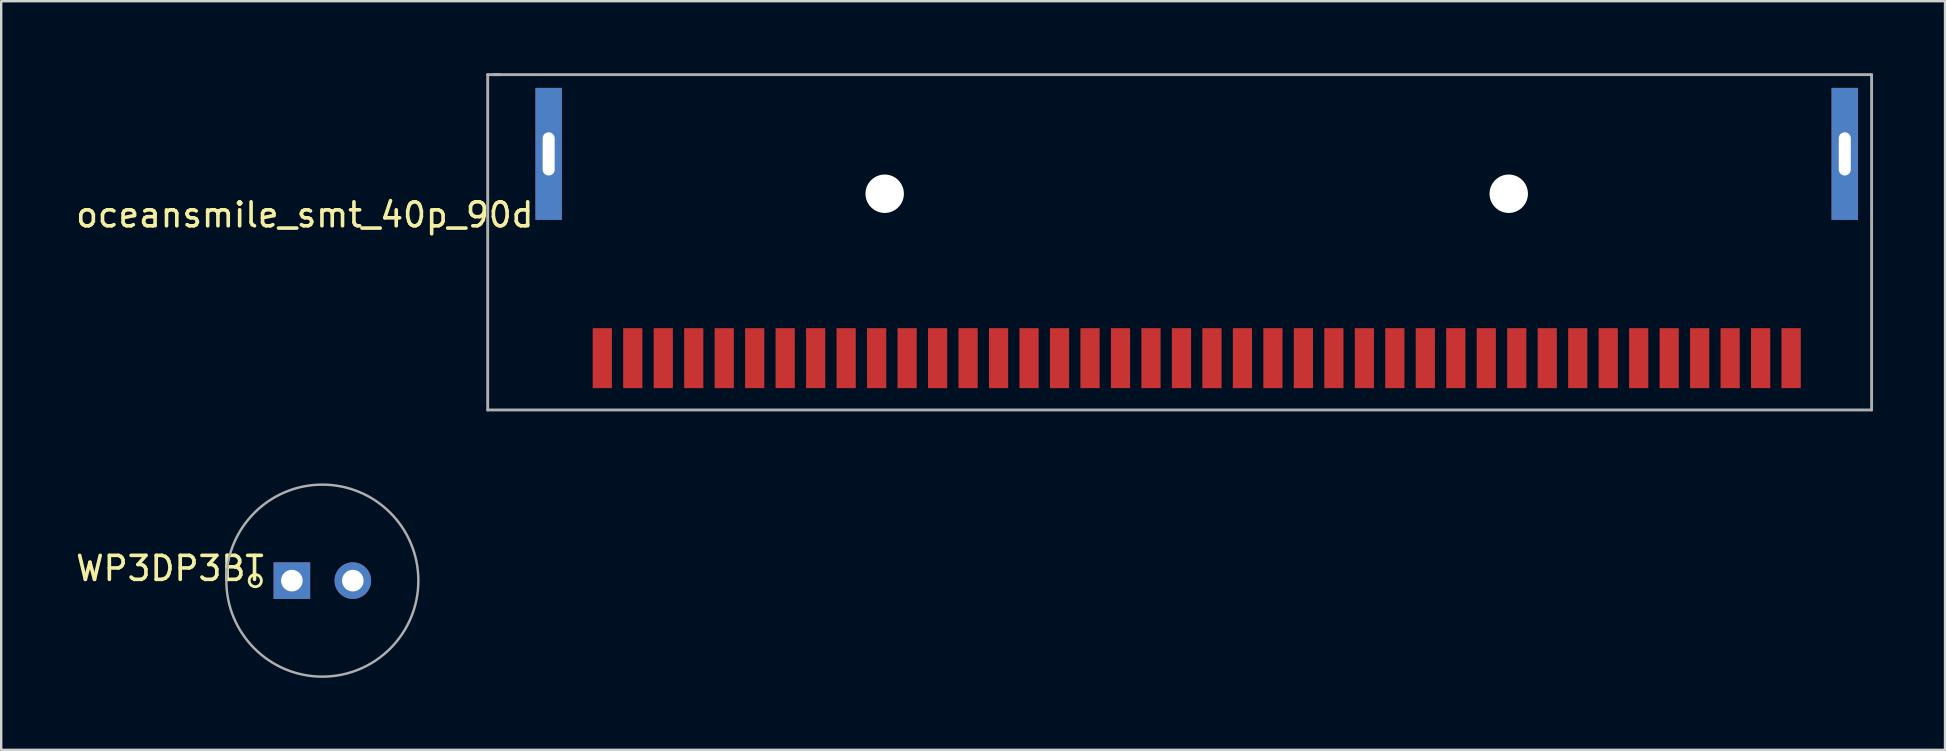
<source format=kicad_pcb>
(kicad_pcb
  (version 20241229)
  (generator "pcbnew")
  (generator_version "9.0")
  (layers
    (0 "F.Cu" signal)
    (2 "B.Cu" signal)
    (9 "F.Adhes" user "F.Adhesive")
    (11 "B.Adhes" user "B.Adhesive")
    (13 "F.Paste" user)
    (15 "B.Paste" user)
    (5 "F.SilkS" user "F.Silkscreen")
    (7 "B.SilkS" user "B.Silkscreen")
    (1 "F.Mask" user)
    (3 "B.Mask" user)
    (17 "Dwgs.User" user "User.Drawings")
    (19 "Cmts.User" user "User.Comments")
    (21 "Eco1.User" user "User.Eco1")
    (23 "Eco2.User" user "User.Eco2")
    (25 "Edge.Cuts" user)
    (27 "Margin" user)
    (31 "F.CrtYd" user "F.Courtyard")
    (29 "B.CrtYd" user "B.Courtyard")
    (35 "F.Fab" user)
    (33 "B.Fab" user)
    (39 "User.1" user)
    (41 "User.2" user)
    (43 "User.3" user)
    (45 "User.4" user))
  (footprint "WP3DP3BT"
    (layer "F.Cu")
    (at 9.11 21.141)
    (property "Reference" "WP3DP3BT" (at -5.08 -0.508 0) (layer "F.SilkS") (effects (font (size 1 1) (thickness 0.15))))
    (attr through_hole)
    (fp_circle (center -1.524 0) (end -1.27 0) (stroke (width 0.12) (type solid)) (fill no) (layer "F.SilkS"))
    (fp_circle (center 1.27 0) (end 5.27 0) (stroke (width 0.102) (type solid)) (fill no) (layer "F.Fab"))
    (pad "1" thru_hole rect (at 0 0) (size 1.524 1.524) (drill 0.9) (layers "*.Cu" "*.Mask"))
    (pad "2" thru_hole circle (at 2.54 0) (size 1.524 1.524) (drill 0.9) (layers "*.Cu" "*.Mask")))
  (footprint "oceansmile_smt_40p_90d"
    (layer "F.Cu")
    (at 19.809 3.362)
    (property "Reference" "oceansmile_smt_40p_90d" (at -10.16 2.54 0) (layer "F.SilkS") (effects (font (size 1 1) (thickness 0.15))))
    (attr through_hole)
    (fp_line (start -2.54 -3.302) (end -2.032 -3.302) (stroke (width 0.12) (type solid)) (layer "F.Fab"))
    (fp_line (start -2.54 10.668) (end -2.54 -3.302) (stroke (width 0.12) (type solid)) (layer "F.Fab"))
    (fp_line (start -2.286 -3.302) (end 55.118 -3.302) (stroke (width 0.12) (type solid)) (layer "F.Fab"))
    (fp_line (start 55.118 -3.302) (end 55.118 10.668) (stroke (width 0.12) (type solid)) (layer "F.Fab"))
    (fp_line (start 55.118 10.668) (end -2.54 10.668) (stroke (width 0.12) (type solid)) (layer "F.Fab"))
    (pad "" thru_hole rect (at 0 0) (size 1.1 5.5) (drill oval 0.5 1.8) (layers "*.Cu" "*.Mask"))
    (pad "" np_thru_hole circle (at 14 1.66) (size 1.6 1.6) (drill 1.6) (layers "*.Cu" "*.Mask"))
    (pad "" np_thru_hole circle (at 40 1.66) (size 1.6 1.6) (drill 1.6) (layers "*.Cu" "*.Mask"))
    (pad "" thru_hole rect (at 54 0) (size 1.1 5.5) (drill oval 0.5 1.8) (layers "*.Cu" "*.Mask"))
    (pad "1" smd rect (at 2.235 8.51) (size 0.8 2.5) (layers "F.Cu" "F.Mask" "F.Paste"))
    (pad "2" smd rect (at 3.505 8.51) (size 0.8 2.5) (layers "F.Cu" "F.Mask" "F.Paste"))
    (pad "3" smd rect (at 4.775 8.51) (size 0.8 2.5) (layers "F.Cu" "F.Mask" "F.Paste"))
    (pad "4" smd rect (at 6.045 8.51) (size 0.8 2.5) (layers "F.Cu" "F.Mask" "F.Paste"))
    (pad "5" smd rect (at 7.315 8.51) (size 0.8 2.5) (layers "F.Cu" "F.Mask" "F.Paste"))
    (pad "6" smd rect (at 8.585 8.51) (size 0.8 2.5) (layers "F.Cu" "F.Mask" "F.Paste"))
    (pad "7" smd rect (at 9.855 8.51) (size 0.8 2.5) (layers "F.Cu" "F.Mask" "F.Paste"))
    (pad "8" smd rect (at 11.125 8.51) (size 0.8 2.5) (layers "F.Cu" "F.Mask" "F.Paste"))
    (pad "9" smd rect (at 12.395 8.51) (size 0.8 2.5) (layers "F.Cu" "F.Mask" "F.Paste"))
    (pad "10" smd rect (at 13.665 8.51) (size 0.8 2.5) (layers "F.Cu" "F.Mask" "F.Paste"))
    (pad "11" smd rect (at 14.935 8.51) (size 0.8 2.5) (layers "F.Cu" "F.Mask" "F.Paste"))
    (pad "12" smd rect (at 16.205 8.51) (size 0.8 2.5) (layers "F.Cu" "F.Mask" "F.Paste"))
    (pad "13" smd rect (at 17.475 8.51) (size 0.8 2.5) (layers "F.Cu" "F.Mask" "F.Paste"))
    (pad "14" smd rect (at 18.745 8.51) (size 0.8 2.5) (layers "F.Cu" "F.Mask" "F.Paste"))
    (pad "15" smd rect (at 20.015 8.51) (size 0.8 2.5) (layers "F.Cu" "F.Mask" "F.Paste"))
    (pad "16" smd rect (at 21.285 8.51) (size 0.8 2.5) (layers "F.Cu" "F.Mask" "F.Paste"))
    (pad "17" smd rect (at 22.555 8.51) (size 0.8 2.5) (layers "F.Cu" "F.Mask" "F.Paste"))
    (pad "18" smd rect (at 23.825 8.51) (size 0.8 2.5) (layers "F.Cu" "F.Mask" "F.Paste"))
    (pad "19" smd rect (at 25.095 8.51) (size 0.8 2.5) (layers "F.Cu" "F.Mask" "F.Paste"))
    (pad "20" smd rect (at 26.365 8.51) (size 0.8 2.5) (layers "F.Cu" "F.Mask" "F.Paste"))
    (pad "21" smd rect (at 27.635 8.51) (size 0.8 2.5) (layers "F.Cu" "F.Mask" "F.Paste"))
    (pad "22" smd rect (at 28.905 8.51) (size 0.8 2.5) (layers "F.Cu" "F.Mask" "F.Paste"))
    (pad "23" smd rect (at 30.175 8.51) (size 0.8 2.5) (layers "F.Cu" "F.Mask" "F.Paste"))
    (pad "24" smd rect (at 31.445 8.51) (size 0.8 2.5) (layers "F.Cu" "F.Mask" "F.Paste"))
    (pad "25" smd rect (at 32.715 8.51) (size 0.8 2.5) (layers "F.Cu" "F.Mask" "F.Paste"))
    (pad "26" smd rect (at 33.985 8.51) (size 0.8 2.5) (layers "F.Cu" "F.Mask" "F.Paste"))
    (pad "27" smd rect (at 35.255 8.51) (size 0.8 2.5) (layers "F.Cu" "F.Mask" "F.Paste"))
    (pad "28" smd rect (at 36.525 8.51) (size 0.8 2.5) (layers "F.Cu" "F.Mask" "F.Paste"))
    (pad "29" smd rect (at 37.795 8.51) (size 0.8 2.5) (layers "F.Cu" "F.Mask" "F.Paste"))
    (pad "30" smd rect (at 39.065 8.51) (size 0.8 2.5) (layers "F.Cu" "F.Mask" "F.Paste"))
    (pad "31" smd rect (at 40.335 8.51) (size 0.8 2.5) (layers "F.Cu" "F.Mask" "F.Paste"))
    (pad "32" smd rect (at 41.605 8.51) (size 0.8 2.5) (layers "F.Cu" "F.Mask" "F.Paste"))
    (pad "33" smd rect (at 42.875 8.51) (size 0.8 2.5) (layers "F.Cu" "F.Mask" "F.Paste"))
    (pad "34" smd rect (at 44.145 8.51) (size 0.8 2.5) (layers "F.Cu" "F.Mask" "F.Paste"))
    (pad "35" smd rect (at 45.415 8.51) (size 0.8 2.5) (layers "F.Cu" "F.Mask" "F.Paste"))
    (pad "36" smd rect (at 46.685 8.51) (size 0.8 2.5) (layers "F.Cu" "F.Mask" "F.Paste"))
    (pad "37" smd rect (at 47.955 8.51) (size 0.8 2.5) (layers "F.Cu" "F.Mask" "F.Paste"))
    (pad "38" smd rect (at 49.225 8.51) (size 0.8 2.5) (layers "F.Cu" "F.Mask" "F.Paste"))
    (pad "39" smd rect (at 50.495 8.51) (size 0.8 2.5) (layers "F.Cu" "F.Mask" "F.Paste"))
    (pad "40" smd rect (at 51.765 8.51) (size 0.805 2.5) (layers "F.Cu" "F.Mask" "F.Paste")))
  (gr_rect
    (start -3 -3)
    (end 77.987 28.192)
    (stroke (width 0.1) (type default))
    (fill no)
    (layer "Edge.Cuts")))
</source>
